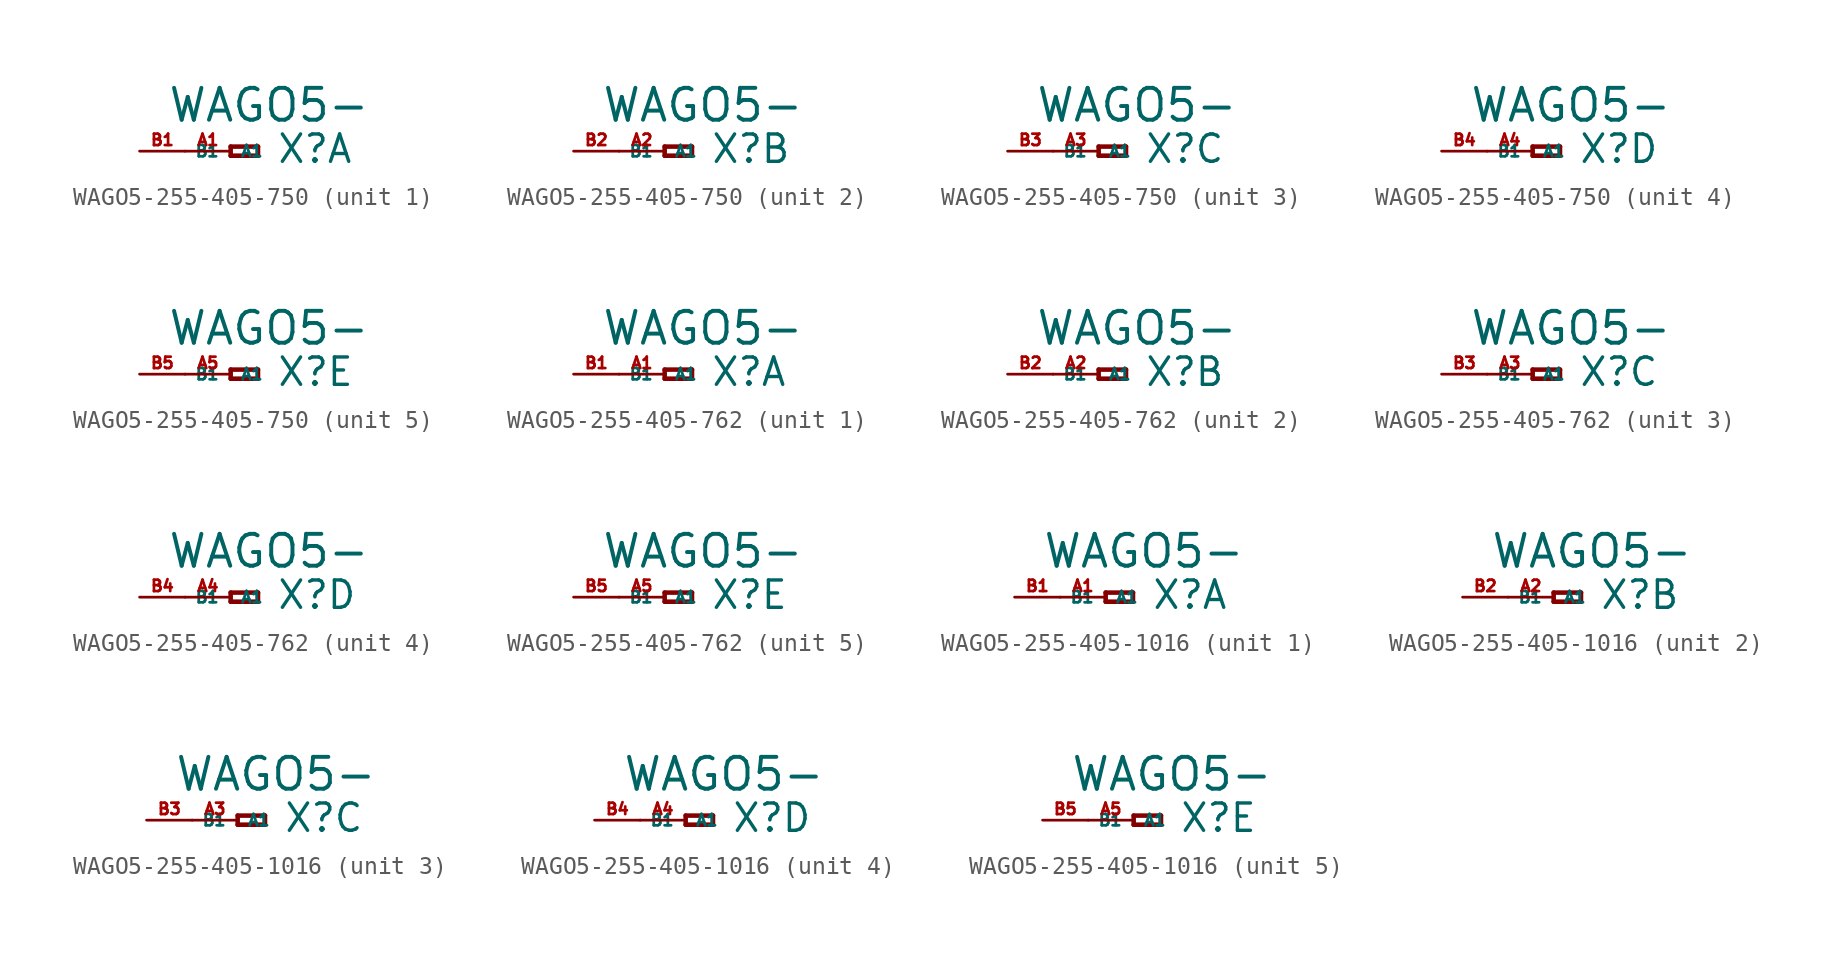
<source format=kicad_sym>
(kicad_symbol_lib
  (version 20220914)
  (generator Eagle2Kicad)
  (symbol "WAGO5-255-405-750"
    (property "Reference" "X"
      (at 2.54 -0.762 0)
      (effects (font (size 1.524 1.524) (thickness 0.19)) (justify left bottom)))
    (property "Value" "WAGO5-"
      (at -3.556 1.524 0)
      (effects (font (size 1.778 1.778) (thickness 0.22)) (justify left bottom)))
    (symbol "WAGO5-255-405-750_1_0"
      (polyline (pts (xy 0 0.254) (xy 0 -0.254)) (stroke (width 0.254) (type default)) (fill (type none)))
      (polyline (pts (xy 0 -0.254) (xy 1.524 -0.254)) (stroke (width 0.254) (type default)) (fill (type none)))
      (polyline (pts (xy 1.524 -0.254) (xy 1.524 0.254)) (stroke (width 0.254) (type default)) (fill (type none)))
      (polyline (pts (xy 1.524 0.254) (xy 0 0.254)) (stroke (width 0.254) (type default)) (fill (type none)))
      (pin passive line (at -2.54 0 0) (length 2.54) (name "A1" (effects (font (size 0.635 0.635) (thickness 0.08)) (justify left bottom))) (number "A1" (effects (font (size 0.635 0.635) (thickness 0.08)) (justify left bottom))))
      (pin passive line (at -5.08 0 0) (length 2.54) (name "B1" (effects (font (size 0.635 0.635) (thickness 0.08)) (justify left bottom))) (number "B1" (effects (font (size 0.635 0.635) (thickness 0.08)) (justify left bottom)))))
    (symbol "WAGO5-255-405-750_2_0"
      (polyline (pts (xy 0 0.254) (xy 0 -0.254)) (stroke (width 0.254) (type default)) (fill (type none)))
      (polyline (pts (xy 0 -0.254) (xy 1.524 -0.254)) (stroke (width 0.254) (type default)) (fill (type none)))
      (polyline (pts (xy 1.524 -0.254) (xy 1.524 0.254)) (stroke (width 0.254) (type default)) (fill (type none)))
      (polyline (pts (xy 1.524 0.254) (xy 0 0.254)) (stroke (width 0.254) (type default)) (fill (type none)))
      (pin passive line (at -2.54 0 0) (length 2.54) (name "A1" (effects (font (size 0.635 0.635) (thickness 0.08)) (justify left bottom))) (number "A2" (effects (font (size 0.635 0.635) (thickness 0.08)) (justify left bottom))))
      (pin passive line (at -5.08 0 0) (length 2.54) (name "B1" (effects (font (size 0.635 0.635) (thickness 0.08)) (justify left bottom))) (number "B2" (effects (font (size 0.635 0.635) (thickness 0.08)) (justify left bottom)))))
    (symbol "WAGO5-255-405-750_3_0"
      (polyline (pts (xy 0 0.254) (xy 0 -0.254)) (stroke (width 0.254) (type default)) (fill (type none)))
      (polyline (pts (xy 0 -0.254) (xy 1.524 -0.254)) (stroke (width 0.254) (type default)) (fill (type none)))
      (polyline (pts (xy 1.524 -0.254) (xy 1.524 0.254)) (stroke (width 0.254) (type default)) (fill (type none)))
      (polyline (pts (xy 1.524 0.254) (xy 0 0.254)) (stroke (width 0.254) (type default)) (fill (type none)))
      (pin passive line (at -2.54 0 0) (length 2.54) (name "A1" (effects (font (size 0.635 0.635) (thickness 0.08)) (justify left bottom))) (number "A3" (effects (font (size 0.635 0.635) (thickness 0.08)) (justify left bottom))))
      (pin passive line (at -5.08 0 0) (length 2.54) (name "B1" (effects (font (size 0.635 0.635) (thickness 0.08)) (justify left bottom))) (number "B3" (effects (font (size 0.635 0.635) (thickness 0.08)) (justify left bottom)))))
    (symbol "WAGO5-255-405-750_4_0"
      (polyline (pts (xy 0 0.254) (xy 0 -0.254)) (stroke (width 0.254) (type default)) (fill (type none)))
      (polyline (pts (xy 0 -0.254) (xy 1.524 -0.254)) (stroke (width 0.254) (type default)) (fill (type none)))
      (polyline (pts (xy 1.524 -0.254) (xy 1.524 0.254)) (stroke (width 0.254) (type default)) (fill (type none)))
      (polyline (pts (xy 1.524 0.254) (xy 0 0.254)) (stroke (width 0.254) (type default)) (fill (type none)))
      (pin passive line (at -2.54 0 0) (length 2.54) (name "A1" (effects (font (size 0.635 0.635) (thickness 0.08)) (justify left bottom))) (number "A4" (effects (font (size 0.635 0.635) (thickness 0.08)) (justify left bottom))))
      (pin passive line (at -5.08 0 0) (length 2.54) (name "B1" (effects (font (size 0.635 0.635) (thickness 0.08)) (justify left bottom))) (number "B4" (effects (font (size 0.635 0.635) (thickness 0.08)) (justify left bottom)))))
    (symbol "WAGO5-255-405-750_5_0"
      (polyline (pts (xy 0 0.254) (xy 0 -0.254)) (stroke (width 0.254) (type default)) (fill (type none)))
      (polyline (pts (xy 0 -0.254) (xy 1.524 -0.254)) (stroke (width 0.254) (type default)) (fill (type none)))
      (polyline (pts (xy 1.524 -0.254) (xy 1.524 0.254)) (stroke (width 0.254) (type default)) (fill (type none)))
      (polyline (pts (xy 1.524 0.254) (xy 0 0.254)) (stroke (width 0.254) (type default)) (fill (type none)))
      (pin passive line (at -2.54 0 0) (length 2.54) (name "A1" (effects (font (size 0.635 0.635) (thickness 0.08)) (justify left bottom))) (number "A5" (effects (font (size 0.635 0.635) (thickness 0.08)) (justify left bottom))))
      (pin passive line (at -5.08 0 0) (length 2.54) (name "B1" (effects (font (size 0.635 0.635) (thickness 0.08)) (justify left bottom))) (number "B5" (effects (font (size 0.635 0.635) (thickness 0.08)) (justify left bottom))))))
  (symbol "WAGO5-255-405-762"
    (property "Reference" "X"
      (at 2.54 -0.762 0)
      (effects (font (size 1.524 1.524) (thickness 0.19)) (justify left bottom)))
    (property "Value" "WAGO5-"
      (at -3.556 1.524 0)
      (effects (font (size 1.778 1.778) (thickness 0.22)) (justify left bottom)))
    (symbol "WAGO5-255-405-762_1_0"
      (polyline (pts (xy 0 0.254) (xy 0 -0.254)) (stroke (width 0.254) (type default)) (fill (type none)))
      (polyline (pts (xy 0 -0.254) (xy 1.524 -0.254)) (stroke (width 0.254) (type default)) (fill (type none)))
      (polyline (pts (xy 1.524 -0.254) (xy 1.524 0.254)) (stroke (width 0.254) (type default)) (fill (type none)))
      (polyline (pts (xy 1.524 0.254) (xy 0 0.254)) (stroke (width 0.254) (type default)) (fill (type none)))
      (pin passive line (at -2.54 0 0) (length 2.54) (name "A1" (effects (font (size 0.635 0.635) (thickness 0.08)) (justify left bottom))) (number "A1" (effects (font (size 0.635 0.635) (thickness 0.08)) (justify left bottom))))
      (pin passive line (at -5.08 0 0) (length 2.54) (name "B1" (effects (font (size 0.635 0.635) (thickness 0.08)) (justify left bottom))) (number "B1" (effects (font (size 0.635 0.635) (thickness 0.08)) (justify left bottom)))))
    (symbol "WAGO5-255-405-762_2_0"
      (polyline (pts (xy 0 0.254) (xy 0 -0.254)) (stroke (width 0.254) (type default)) (fill (type none)))
      (polyline (pts (xy 0 -0.254) (xy 1.524 -0.254)) (stroke (width 0.254) (type default)) (fill (type none)))
      (polyline (pts (xy 1.524 -0.254) (xy 1.524 0.254)) (stroke (width 0.254) (type default)) (fill (type none)))
      (polyline (pts (xy 1.524 0.254) (xy 0 0.254)) (stroke (width 0.254) (type default)) (fill (type none)))
      (pin passive line (at -2.54 0 0) (length 2.54) (name "A1" (effects (font (size 0.635 0.635) (thickness 0.08)) (justify left bottom))) (number "A2" (effects (font (size 0.635 0.635) (thickness 0.08)) (justify left bottom))))
      (pin passive line (at -5.08 0 0) (length 2.54) (name "B1" (effects (font (size 0.635 0.635) (thickness 0.08)) (justify left bottom))) (number "B2" (effects (font (size 0.635 0.635) (thickness 0.08)) (justify left bottom)))))
    (symbol "WAGO5-255-405-762_3_0"
      (polyline (pts (xy 0 0.254) (xy 0 -0.254)) (stroke (width 0.254) (type default)) (fill (type none)))
      (polyline (pts (xy 0 -0.254) (xy 1.524 -0.254)) (stroke (width 0.254) (type default)) (fill (type none)))
      (polyline (pts (xy 1.524 -0.254) (xy 1.524 0.254)) (stroke (width 0.254) (type default)) (fill (type none)))
      (polyline (pts (xy 1.524 0.254) (xy 0 0.254)) (stroke (width 0.254) (type default)) (fill (type none)))
      (pin passive line (at -2.54 0 0) (length 2.54) (name "A1" (effects (font (size 0.635 0.635) (thickness 0.08)) (justify left bottom))) (number "A3" (effects (font (size 0.635 0.635) (thickness 0.08)) (justify left bottom))))
      (pin passive line (at -5.08 0 0) (length 2.54) (name "B1" (effects (font (size 0.635 0.635) (thickness 0.08)) (justify left bottom))) (number "B3" (effects (font (size 0.635 0.635) (thickness 0.08)) (justify left bottom)))))
    (symbol "WAGO5-255-405-762_4_0"
      (polyline (pts (xy 0 0.254) (xy 0 -0.254)) (stroke (width 0.254) (type default)) (fill (type none)))
      (polyline (pts (xy 0 -0.254) (xy 1.524 -0.254)) (stroke (width 0.254) (type default)) (fill (type none)))
      (polyline (pts (xy 1.524 -0.254) (xy 1.524 0.254)) (stroke (width 0.254) (type default)) (fill (type none)))
      (polyline (pts (xy 1.524 0.254) (xy 0 0.254)) (stroke (width 0.254) (type default)) (fill (type none)))
      (pin passive line (at -2.54 0 0) (length 2.54) (name "A1" (effects (font (size 0.635 0.635) (thickness 0.08)) (justify left bottom))) (number "A4" (effects (font (size 0.635 0.635) (thickness 0.08)) (justify left bottom))))
      (pin passive line (at -5.08 0 0) (length 2.54) (name "B1" (effects (font (size 0.635 0.635) (thickness 0.08)) (justify left bottom))) (number "B4" (effects (font (size 0.635 0.635) (thickness 0.08)) (justify left bottom)))))
    (symbol "WAGO5-255-405-762_5_0"
      (polyline (pts (xy 0 0.254) (xy 0 -0.254)) (stroke (width 0.254) (type default)) (fill (type none)))
      (polyline (pts (xy 0 -0.254) (xy 1.524 -0.254)) (stroke (width 0.254) (type default)) (fill (type none)))
      (polyline (pts (xy 1.524 -0.254) (xy 1.524 0.254)) (stroke (width 0.254) (type default)) (fill (type none)))
      (polyline (pts (xy 1.524 0.254) (xy 0 0.254)) (stroke (width 0.254) (type default)) (fill (type none)))
      (pin passive line (at -2.54 0 0) (length 2.54) (name "A1" (effects (font (size 0.635 0.635) (thickness 0.08)) (justify left bottom))) (number "A5" (effects (font (size 0.635 0.635) (thickness 0.08)) (justify left bottom))))
      (pin passive line (at -5.08 0 0) (length 2.54) (name "B1" (effects (font (size 0.635 0.635) (thickness 0.08)) (justify left bottom))) (number "B5" (effects (font (size 0.635 0.635) (thickness 0.08)) (justify left bottom))))))
  (symbol "WAGO5-255-405-1016"
    (property "Reference" "X"
      (at 2.54 -0.762 0)
      (effects (font (size 1.524 1.524) (thickness 0.19)) (justify left bottom)))
    (property "Value" "WAGO5-"
      (at -3.556 1.524 0)
      (effects (font (size 1.778 1.778) (thickness 0.22)) (justify left bottom)))
    (symbol "WAGO5-255-405-1016_1_0"
      (polyline (pts (xy 0 0.254) (xy 0 -0.254)) (stroke (width 0.254) (type default)) (fill (type none)))
      (polyline (pts (xy 0 -0.254) (xy 1.524 -0.254)) (stroke (width 0.254) (type default)) (fill (type none)))
      (polyline (pts (xy 1.524 -0.254) (xy 1.524 0.254)) (stroke (width 0.254) (type default)) (fill (type none)))
      (polyline (pts (xy 1.524 0.254) (xy 0 0.254)) (stroke (width 0.254) (type default)) (fill (type none)))
      (pin passive line (at -2.54 0 0) (length 2.54) (name "A1" (effects (font (size 0.635 0.635) (thickness 0.08)) (justify left bottom))) (number "A1" (effects (font (size 0.635 0.635) (thickness 0.08)) (justify left bottom))))
      (pin passive line (at -5.08 0 0) (length 2.54) (name "B1" (effects (font (size 0.635 0.635) (thickness 0.08)) (justify left bottom))) (number "B1" (effects (font (size 0.635 0.635) (thickness 0.08)) (justify left bottom)))))
    (symbol "WAGO5-255-405-1016_2_0"
      (polyline (pts (xy 0 0.254) (xy 0 -0.254)) (stroke (width 0.254) (type default)) (fill (type none)))
      (polyline (pts (xy 0 -0.254) (xy 1.524 -0.254)) (stroke (width 0.254) (type default)) (fill (type none)))
      (polyline (pts (xy 1.524 -0.254) (xy 1.524 0.254)) (stroke (width 0.254) (type default)) (fill (type none)))
      (polyline (pts (xy 1.524 0.254) (xy 0 0.254)) (stroke (width 0.254) (type default)) (fill (type none)))
      (pin passive line (at -2.54 0 0) (length 2.54) (name "A1" (effects (font (size 0.635 0.635) (thickness 0.08)) (justify left bottom))) (number "A2" (effects (font (size 0.635 0.635) (thickness 0.08)) (justify left bottom))))
      (pin passive line (at -5.08 0 0) (length 2.54) (name "B1" (effects (font (size 0.635 0.635) (thickness 0.08)) (justify left bottom))) (number "B2" (effects (font (size 0.635 0.635) (thickness 0.08)) (justify left bottom)))))
    (symbol "WAGO5-255-405-1016_3_0"
      (polyline (pts (xy 0 0.254) (xy 0 -0.254)) (stroke (width 0.254) (type default)) (fill (type none)))
      (polyline (pts (xy 0 -0.254) (xy 1.524 -0.254)) (stroke (width 0.254) (type default)) (fill (type none)))
      (polyline (pts (xy 1.524 -0.254) (xy 1.524 0.254)) (stroke (width 0.254) (type default)) (fill (type none)))
      (polyline (pts (xy 1.524 0.254) (xy 0 0.254)) (stroke (width 0.254) (type default)) (fill (type none)))
      (pin passive line (at -2.54 0 0) (length 2.54) (name "A1" (effects (font (size 0.635 0.635) (thickness 0.08)) (justify left bottom))) (number "A3" (effects (font (size 0.635 0.635) (thickness 0.08)) (justify left bottom))))
      (pin passive line (at -5.08 0 0) (length 2.54) (name "B1" (effects (font (size 0.635 0.635) (thickness 0.08)) (justify left bottom))) (number "B3" (effects (font (size 0.635 0.635) (thickness 0.08)) (justify left bottom)))))
    (symbol "WAGO5-255-405-1016_4_0"
      (polyline (pts (xy 0 0.254) (xy 0 -0.254)) (stroke (width 0.254) (type default)) (fill (type none)))
      (polyline (pts (xy 0 -0.254) (xy 1.524 -0.254)) (stroke (width 0.254) (type default)) (fill (type none)))
      (polyline (pts (xy 1.524 -0.254) (xy 1.524 0.254)) (stroke (width 0.254) (type default)) (fill (type none)))
      (polyline (pts (xy 1.524 0.254) (xy 0 0.254)) (stroke (width 0.254) (type default)) (fill (type none)))
      (pin passive line (at -2.54 0 0) (length 2.54) (name "A1" (effects (font (size 0.635 0.635) (thickness 0.08)) (justify left bottom))) (number "A4" (effects (font (size 0.635 0.635) (thickness 0.08)) (justify left bottom))))
      (pin passive line (at -5.08 0 0) (length 2.54) (name "B1" (effects (font (size 0.635 0.635) (thickness 0.08)) (justify left bottom))) (number "B4" (effects (font (size 0.635 0.635) (thickness 0.08)) (justify left bottom)))))
    (symbol "WAGO5-255-405-1016_5_0"
      (polyline (pts (xy 0 0.254) (xy 0 -0.254)) (stroke (width 0.254) (type default)) (fill (type none)))
      (polyline (pts (xy 0 -0.254) (xy 1.524 -0.254)) (stroke (width 0.254) (type default)) (fill (type none)))
      (polyline (pts (xy 1.524 -0.254) (xy 1.524 0.254)) (stroke (width 0.254) (type default)) (fill (type none)))
      (polyline (pts (xy 1.524 0.254) (xy 0 0.254)) (stroke (width 0.254) (type default)) (fill (type none)))
      (pin passive line (at -2.54 0 0) (length 2.54) (name "A1" (effects (font (size 0.635 0.635) (thickness 0.08)) (justify left bottom))) (number "A5" (effects (font (size 0.635 0.635) (thickness 0.08)) (justify left bottom))))
      (pin passive line (at -5.08 0 0) (length 2.54) (name "B1" (effects (font (size 0.635 0.635) (thickness 0.08)) (justify left bottom))) (number "B5" (effects (font (size 0.635 0.635) (thickness 0.08)) (justify left bottom)))))))
</source>
